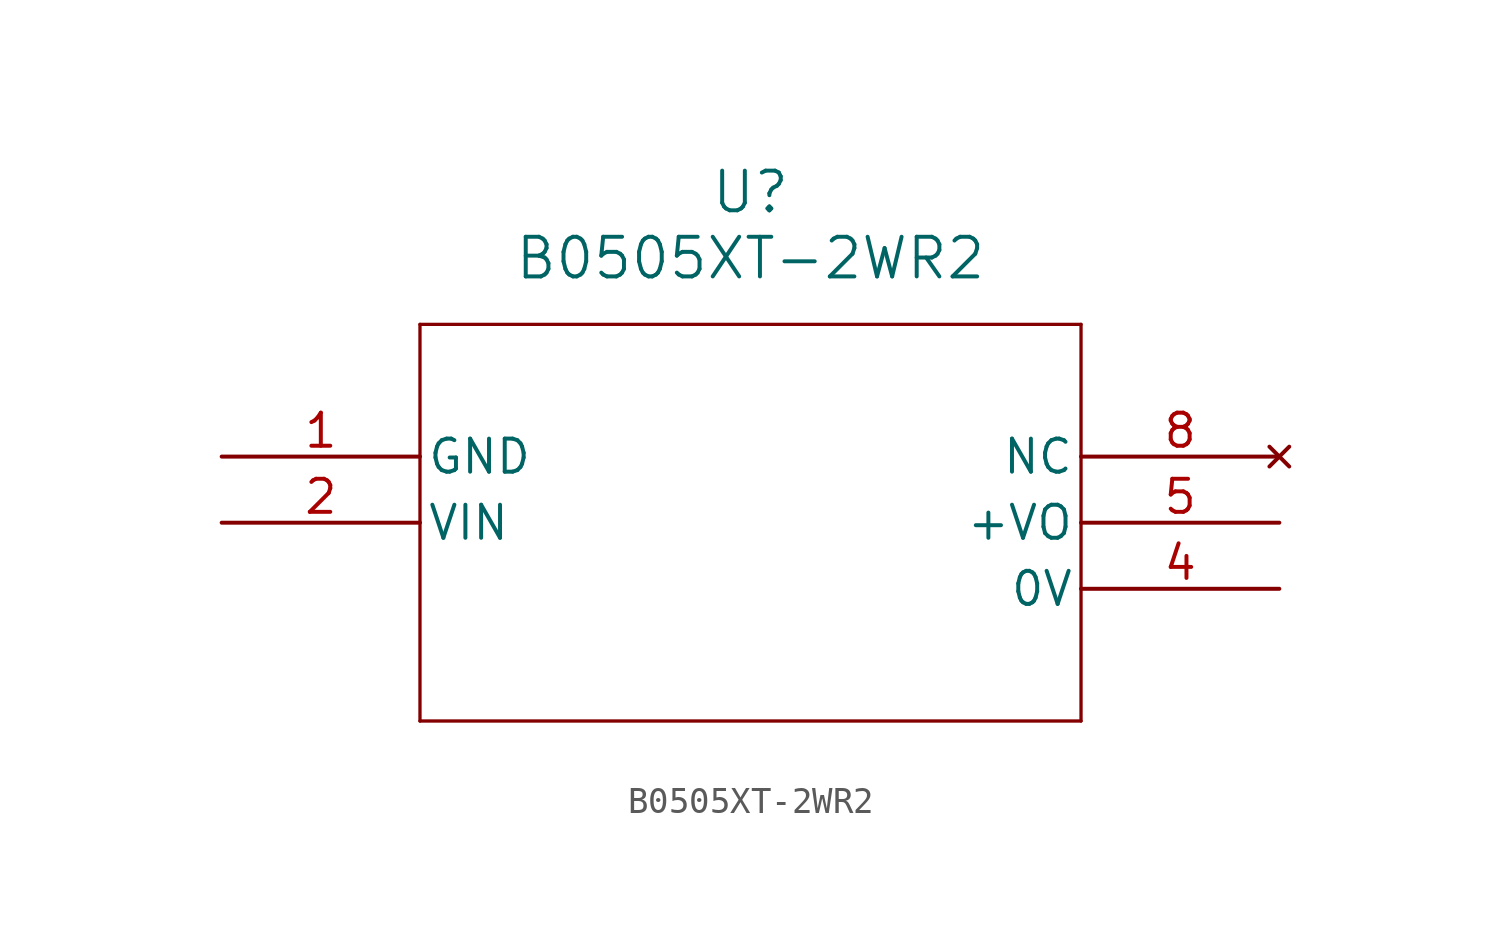
<source format=kicad_sym>
(kicad_symbol_lib
  (version 20211014)
  (generator kicad_symbol_editor)
  (symbol "B0505XT-2WR2"
    (pin_names
      (offset 0.254))
    (property "Reference" "U"
      (at 20.32 10.16 0)
      (effects (font (size 1.524 1.524))))
    (property "Value" "B0505XT-2WR2"
      (at 20.32 7.62 0)
      (effects (font (size 1.524 1.524))))
    (symbol "B0505XT-2WR2_0_1"
      (polyline (pts (xy 7.62 5.08) (xy 7.62 -10.16)) (stroke (width 0.127) (type default) (color 0 0 0 0)) (fill (type none)))
      (polyline (pts (xy 7.62 -10.16) (xy 33.02 -10.16)) (stroke (width 0.127) (type default) (color 0 0 0 0)) (fill (type none)))
      (polyline (pts (xy 33.02 -10.16) (xy 33.02 5.08)) (stroke (width 0.127) (type default) (color 0 0 0 0)) (fill (type none)))
      (polyline (pts (xy 33.02 5.08) (xy 7.62 5.08)) (stroke (width 0.127) (type default) (color 0 0 0 0)) (fill (type none)))
      (pin power_out line (at 0 0 0) (length 7.62) (name "GND" (effects (font (size 1.27 1.27)))) (number "1" (effects (font (size 1.27 1.27)))))
      (pin power_in line (at 0 -2.54 0) (length 7.62) (name "VIN" (effects (font (size 1.27 1.27)))) (number "2" (effects (font (size 1.27 1.27)))))
      (pin unspecified line (at 40.64 -5.08 180) (length 7.62) (name "0V" (effects (font (size 1.27 1.27)))) (number "4" (effects (font (size 1.27 1.27)))))
      (pin power_in line (at 40.64 -2.54 180) (length 7.62) (name "+VO" (effects (font (size 1.27 1.27)))) (number "5" (effects (font (size 1.27 1.27)))))
      (pin no_connect line (at 40.64 0 180) (length 7.62) (name "NC" (effects (font (size 1.27 1.27)))) (number "8" (effects (font (size 1.27 1.27))))))))
</source>
